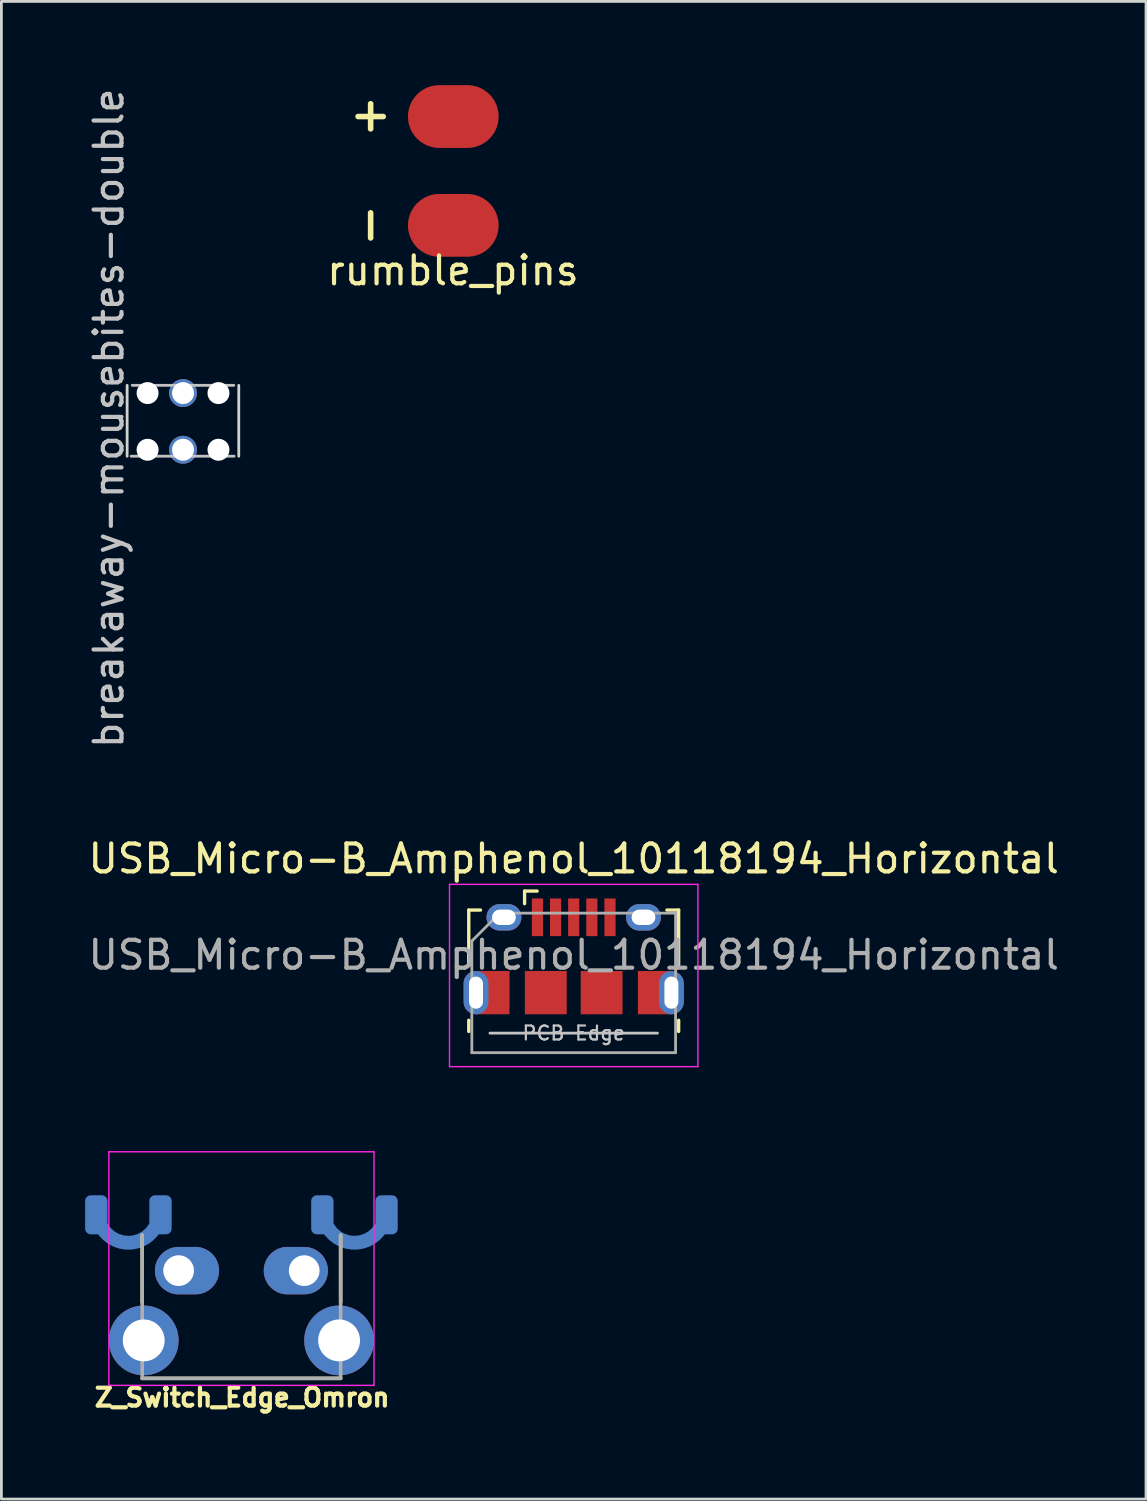
<source format=kicad_pcb>
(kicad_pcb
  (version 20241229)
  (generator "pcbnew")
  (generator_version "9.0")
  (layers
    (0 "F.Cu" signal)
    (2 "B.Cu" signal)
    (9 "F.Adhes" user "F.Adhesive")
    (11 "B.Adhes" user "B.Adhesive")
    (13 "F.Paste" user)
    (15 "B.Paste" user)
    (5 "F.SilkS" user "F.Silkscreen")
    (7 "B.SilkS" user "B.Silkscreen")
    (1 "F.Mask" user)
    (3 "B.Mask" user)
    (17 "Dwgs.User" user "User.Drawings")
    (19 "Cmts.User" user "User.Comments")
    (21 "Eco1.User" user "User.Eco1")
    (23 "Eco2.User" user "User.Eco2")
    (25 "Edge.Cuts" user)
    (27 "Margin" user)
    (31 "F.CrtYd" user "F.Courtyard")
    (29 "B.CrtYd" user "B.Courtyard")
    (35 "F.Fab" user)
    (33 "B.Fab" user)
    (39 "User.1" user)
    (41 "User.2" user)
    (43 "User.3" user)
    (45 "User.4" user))
  (footprint "USB_Micro-B_Amphenol_10118194_Horizontal"
    (layer "F.Cu")
    (at 17.506 31.217)
    (property "Reference" "USB_Micro-B_Amphenol_10118194_Horizontal" (at 0 -3.5 0) (layer "F.SilkS") (effects (font (size 1 1) (thickness 0.15))))
    (attr smd)
    (fp_line (start -3.76 -1.66) (end -3.34 -1.66) (stroke (width 0.12) (type solid)) (layer "F.SilkS"))
    (fp_line (start -3.76 0.32) (end -3.76 -1.66) (stroke (width 0.12) (type solid)) (layer "F.SilkS"))
    (fp_line (start -3.76 2.69) (end -3.76 2.29) (stroke (width 0.12) (type solid)) (layer "F.SilkS"))
    (fp_line (start -1.76 -1.89) (end -1.76 -2.34) (stroke (width 0.12) (type solid)) (layer "F.SilkS"))
    (fp_line (start -1.31 -2.34) (end -1.76 -2.34) (stroke (width 0.12) (type solid)) (layer "F.SilkS"))
    (fp_line (start 3.76 -1.66) (end 3.34 -1.66) (stroke (width 0.12) (type solid)) (layer "F.SilkS"))
    (fp_line (start 3.76 0.32) (end 3.76 -1.66) (stroke (width 0.12) (type solid)) (layer "F.SilkS"))
    (fp_line (start 3.76 2.29) (end 3.76 2.69) (stroke (width 0.12) (type solid)) (layer "F.SilkS"))
    (fp_line (start 3 2.75) (end -3 2.75) (stroke (width 0.1) (type solid)) (layer "Dwgs.User"))
    (fp_line (start -4.45 -2.58) (end -4.45 3.95) (stroke (width 0.05) (type solid)) (layer "F.CrtYd"))
    (fp_line (start -4.45 -2.58) (end 4.45 -2.58) (stroke (width 0.05) (type solid)) (layer "F.CrtYd"))
    (fp_line (start -4.45 3.95) (end 4.45 3.95) (stroke (width 0.05) (type solid)) (layer "F.CrtYd"))
    (fp_line (start 4.45 -2.58) (end 4.45 3.95) (stroke (width 0.05) (type solid)) (layer "F.CrtYd"))
    (fp_line (start -3.65 -0.55) (end -2.65 -1.55) (stroke (width 0.1) (type solid)) (layer "F.Fab"))
    (fp_line (start -3.65 3.45) (end -3.65 -0.55) (stroke (width 0.1) (type solid)) (layer "F.Fab"))
    (fp_line (start -2.65 -1.55) (end 3.65 -1.55) (stroke (width 0.1) (type solid)) (layer "F.Fab"))
    (fp_line (start 3.65 -1.55) (end 3.65 3.45) (stroke (width 0.1) (type solid)) (layer "F.Fab"))
    (fp_line (start 3.65 3.45) (end -3.65 3.45) (stroke (width 0.1) (type solid)) (layer "F.Fab"))
    (fp_text user "PCB Edge" (at 0 2.75 0) (layer "Dwgs.User") (effects (font (size 0.5 0.5) (thickness 0.08))))
    (fp_text user "${REFERENCE}" (at 0 -0.05 0) (layer "F.Fab") (effects (font (size 1 1) (thickness 0.15))))
    (pad "" smd oval (at -3.5 1.3) (size 0.89 1.55) (layers "F.Paste"))
    (pad "" smd oval (at -2.5 -1.4) (size 1.25 0.95) (layers "F.Paste"))
    (pad "" smd oval (at 2.5 -1.4) (size 1.25 0.95) (layers "F.Paste"))
    (pad "" smd oval (at 3.5 1.3) (size 0.89 1.55) (layers "F.Paste"))
    (pad "1" smd rect (at -1.3 -1.4) (size 0.4 1.35) (layers "F.Cu" "F.Mask" "F.Paste"))
    (pad "2" smd rect (at -0.65 -1.4) (size 0.4 1.35) (layers "F.Cu" "F.Mask" "F.Paste"))
    (pad "3" smd rect (at 0 -1.4) (size 0.4 1.35) (layers "F.Cu" "F.Mask" "F.Paste"))
    (pad "4" smd rect (at 0.65 -1.4) (size 0.4 1.35) (layers "F.Cu" "F.Mask" "F.Paste"))
    (pad "5" smd rect (at 1.3 -1.4) (size 0.4 1.35) (layers "F.Cu" "F.Mask" "F.Paste"))
    (pad "6" thru_hole oval (at -3.5 1.3) (size 0.89 1.55) (drill oval 0.5 1.15) (layers "*.Cu" "*.Mask"))
    (pad "6" smd rect (at -2.9 1.3) (size 1.2 1.55) (layers "F.Cu" "F.Mask" "F.Paste"))
    (pad "6" thru_hole oval (at -2.5 -1.4) (size 1.25 0.95) (drill oval 0.85 0.55) (layers "*.Cu" "*.Mask"))
    (pad "6" smd rect (at -1 1.3) (size 1.5 1.55) (layers "F.Cu" "F.Mask" "F.Paste"))
    (pad "6" smd rect (at 1 1.3) (size 1.5 1.55) (layers "F.Cu" "F.Mask" "F.Paste"))
    (pad "6" thru_hole oval (at 2.5 -1.4) (size 1.25 0.95) (drill oval 0.85 0.55) (layers "*.Cu" "*.Mask"))
    (pad "6" smd rect (at 2.9 1.3) (size 1.2 1.55) (layers "F.Cu" "F.Mask" "F.Paste"))
    (pad "6" thru_hole oval (at 3.5 1.3) (size 0.89 1.55) (drill oval 0.5 1.15) (layers "*.Cu" "*.Mask")))
  (footprint "breakaway-mousebites-double"
    (layer "F.Cu")
    (at 3.738 13.295)
    (property "Reference" "breakaway-mousebites-double" (at -2.89 -1.36 270) (layer "Dwgs.User") (effects (font (size 1 1) (thickness 0.15))))
    (attr exclude_from_pos_files)
    (fp_line (start -2.09 0) (end 1.6 0) (stroke (width 0.1) (type solid)) (layer "Dwgs.User"))
    (fp_line (start 1.59 -2.539) (end -2.05 -2.539) (stroke (width 0.1) (type solid)) (layer "Dwgs.User"))
    (fp_line (start -2.233 -2.538) (end -2.233 0.002) (stroke (width 0.1) (type solid)) (layer "Edge.Cuts"))
    (fp_line (start 1.767 -2.538) (end 1.767 0.002) (stroke (width 0.1) (type solid)) (layer "Edge.Cuts"))
    (pad "" np_thru_hole circle (at -1.5 -2.261) (size 0.787 0.787) (drill 0.787) (layers "*.Cu" "*.Mask"))
    (pad "" np_thru_hole circle (at -1.5 -0.23) (size 0.787 0.787) (drill 0.787) (layers "*.Cu" "*.Mask"))
    (pad "" np_thru_hole circle (at 1.04 -2.261) (size 0.787 0.787) (drill 0.787) (layers "*.Cu" "*.Mask"))
    (pad "" np_thru_hole circle (at 1.04 -0.23) (size 0.787 0.787) (drill 0.787) (layers "*.Cu" "*.Mask"))
    (pad "1" thru_hole circle (at -0.23 -2.261 180) (size 1 1) (drill 0.787) (layers "*.Cu" "*.Mask"))
    (pad "1" thru_hole circle (at -0.23 -0.23) (size 1 1) (drill 0.787) (layers "*.Cu" "*.Mask")))
  (footprint "Z_Switch_Edge_Omron"
    (layer "F.Cu")
    (at 5.6 42.477)
    (property "Reference" "Z_Switch_Edge_Omron" (at 0.026 4.546 0) (layer "F.SilkS") (effects (font (size 0.641 0.641) (thickness 0.15))))
    (attr smd)
    (fp_line (start -3.555 -1.27) (end -3.555 1.133) (stroke (width 0.127) (type solid)) (layer "F.SilkS"))
    (fp_line (start -3.555 3.86) (end 3.555 3.86) (stroke (width 0.127) (type solid)) (layer "F.SilkS"))
    (fp_line (start 3.556 1.138) (end 3.555 -1.27) (stroke (width 0.127) (type solid)) (layer "F.SilkS"))
    (fp_line (start -4.75 -4.26) (end -4.75 4.11) (stroke (width 0.05) (type solid)) (layer "F.CrtYd"))
    (fp_line (start -4.75 4.11) (end 4.75 4.11) (stroke (width 0.05) (type solid)) (layer "F.CrtYd"))
    (fp_line (start 4.75 -4.26) (end -4.75 -4.26) (stroke (width 0.05) (type solid)) (layer "F.CrtYd"))
    (fp_line (start 4.75 4.11) (end 4.75 -4.26) (stroke (width 0.05) (type solid)) (layer "F.CrtYd"))
    (fp_line (start -3.555 -1.27) (end -3.555 3.86) (stroke (width 0.127) (type solid)) (layer "F.Fab"))
    (fp_line (start -3.555 3.86) (end 3.555 3.86) (stroke (width 0.127) (type solid)) (layer "F.Fab"))
    (fp_line (start 3.555 3.86) (end 3.555 -1.27) (stroke (width 0.127) (type solid)) (layer "F.Fab"))
    (pad "1" thru_hole oval (at -2.25 0) (size 2.3 1.7) (drill 1.1 (offset 0.3 0)) (layers "*.Cu" "*.Mask"))
    (pad "2" thru_hole oval (at 2.25 0) (size 2.3 1.7) (drill 1.1 (offset -0.3 0)) (layers "*.Cu" "*.Mask"))
    (pad "MP" smd custom (at -5.2 -2) (size 0.8 0.8) (layers "B.Cu" "B.Mask" "B.Paste") (options (anchor circle)) (primitives (gr_poly (pts (xy -0.4 -0.5) (xy -0.385 -0.577) (xy -0.341 -0.641) (xy -0.277 -0.685) (xy -0.2 -0.7) (xy 0.2 -0.7) (xy 0.277 -0.685) (xy 0.341 -0.641) (xy 0.385 -0.577) (xy 0.4 -0.5) (xy 0.4 0.5) (xy 0.385 0.577) (xy 0.341 0.641) (xy 0.277 0.685) (xy 0.2 0.7) (xy -0.2 0.7) (xy -0.277 0.685) (xy -0.341 0.641) (xy -0.385 0.577) (xy -0.4 0.5)) (width 0) (fill yes)) (gr_arc (start 2.25 -0.1) (mid 1.15 1) (end 0.05 -0.1) (width 0.5)) (gr_poly (pts (xy 1.9 -0.5) (xy 1.915 -0.577) (xy 1.959 -0.641) (xy 2.023 -0.685) (xy 2.1 -0.7) (xy 2.5 -0.7) (xy 2.577 -0.685) (xy 2.641 -0.641) (xy 2.685 -0.577) (xy 2.7 -0.5) (xy 2.7 0.5) (xy 2.685 0.577) (xy 2.641 0.641) (xy 2.577 0.685) (xy 2.5 0.7) (xy 2.1 0.7) (xy 2.023 0.685) (xy 1.959 0.641) (xy 1.915 0.577) (xy 1.9 0.5)) (width 0) (fill yes))))
    (pad "MP" thru_hole circle (at -3.5 2.5) (size 2.5 2.5) (drill 1.5) (layers "*.Cu" "*.Mask"))
    (pad "MP" smd custom (at 2.9 -2) (size 0.8 0.8) (layers "B.Cu" "B.Mask" "B.Paste") (options (anchor circle)) (primitives (gr_poly (pts (xy -0.4 -0.5) (xy -0.385 -0.577) (xy -0.341 -0.641) (xy -0.277 -0.685) (xy -0.2 -0.7) (xy 0.2 -0.7) (xy 0.277 -0.685) (xy 0.341 -0.641) (xy 0.385 -0.577) (xy 0.4 -0.5) (xy 0.4 0.5) (xy 0.385 0.577) (xy 0.341 0.641) (xy 0.277 0.685) (xy 0.2 0.7) (xy -0.2 0.7) (xy -0.277 0.685) (xy -0.341 0.641) (xy -0.385 0.577) (xy -0.4 0.5)) (width 0) (fill yes)) (gr_arc (start 2.25 -0.1) (mid 1.15 1) (end 0.05 -0.1) (width 0.5)) (gr_poly (pts (xy 1.9 -0.5) (xy 1.915 -0.577) (xy 1.959 -0.641) (xy 2.023 -0.685) (xy 2.1 -0.7) (xy 2.5 -0.7) (xy 2.577 -0.685) (xy 2.641 -0.641) (xy 2.685 -0.577) (xy 2.7 -0.5) (xy 2.7 0.5) (xy 2.685 0.577) (xy 2.641 0.641) (xy 2.577 0.685) (xy 2.5 0.7) (xy 2.1 0.7) (xy 2.023 0.685) (xy 1.959 0.641) (xy 1.915 0.577) (xy 1.9 0.5)) (width 0) (fill yes))))
    (pad "MP" thru_hole circle (at 3.5 2.5) (size 2.5 2.5) (drill 1.5) (layers "*.Cu" "*.Mask")))
  (footprint "rumble_pins"
    (layer "F.Cu")
    (at 13.18 1.917)
    (property "Reference" "rumble_pins" (at 0 4.729 0) (layer "F.SilkS") (effects (font (size 1 1) (thickness 0.15))))
    (attr smd)
    (fp_line (start -3.4 -0.792) (end -2.5 -0.792) (stroke (width 0.2) (type solid)) (layer "F.SilkS"))
    (fp_line (start -2.95 -0.35) (end -2.95 -1.25) (stroke (width 0.2) (type solid)) (layer "F.SilkS"))
    (fp_line (start -2.95 3.558) (end -2.95 2.658) (stroke (width 0.2) (type solid)) (layer "F.SilkS"))
    (pad "1" smd oval (at 0.012 -0.792 180) (size 3.25 2.25) (layers "F.Cu" "F.Mask" "F.Paste"))
    (pad "2" smd oval (at 0.012 3.108 180) (size 3.25 2.25) (layers "F.Cu" "F.Mask" "F.Paste")))
  (gr_rect
    (start -3 -3)
    (end 38.012 50.661)
    (stroke (width 0.1) (type default))
    (fill no)
    (layer "Edge.Cuts")))
</source>
